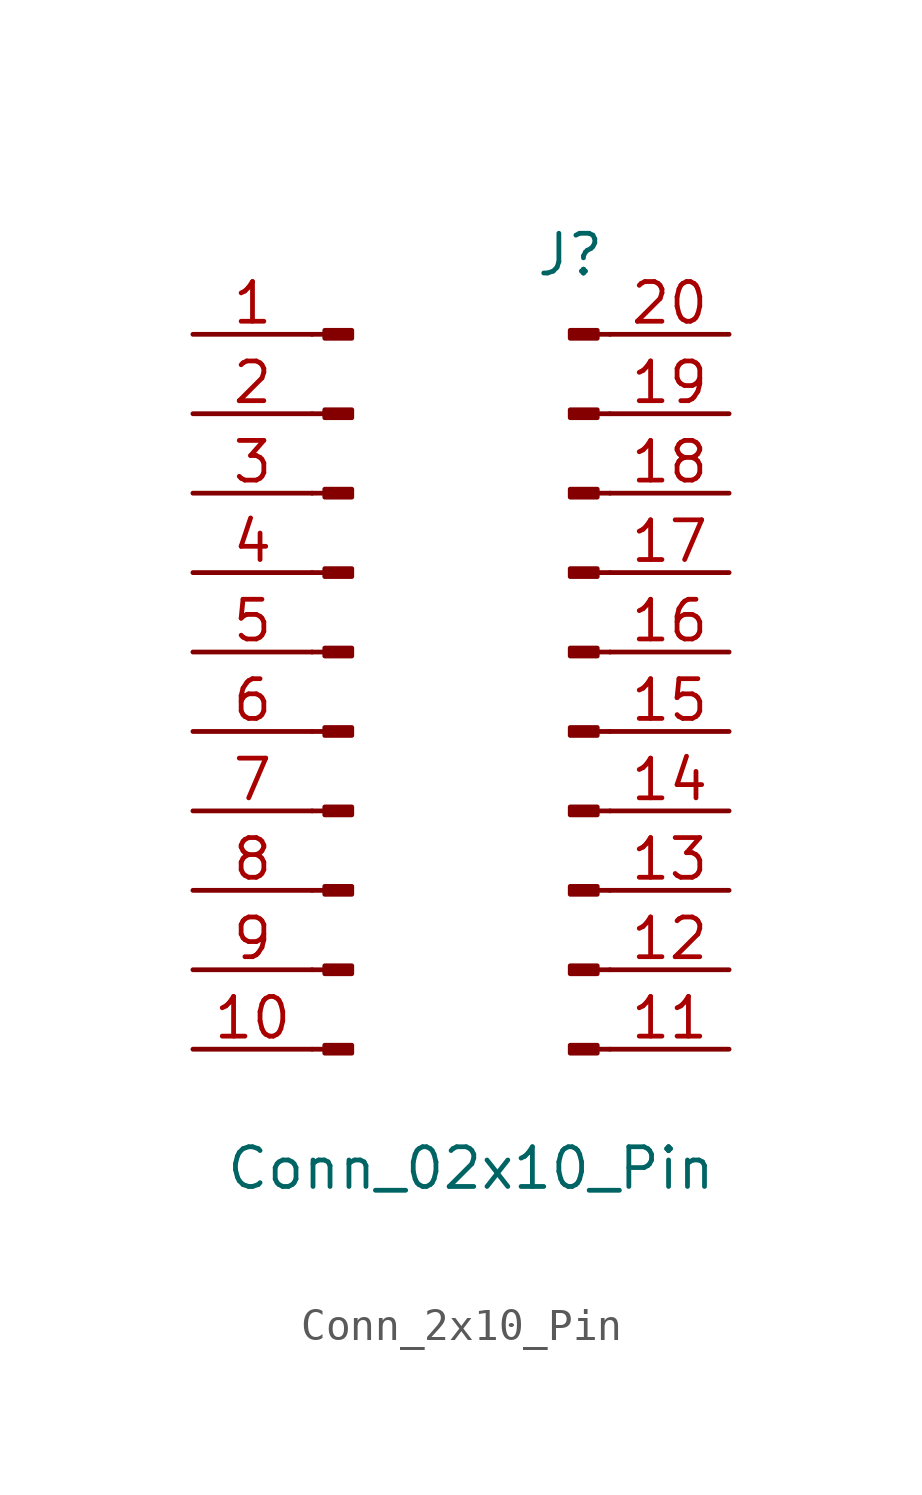
<source format=kicad_sym>
(kicad_symbol_lib
  (version 20220914)
  (generator kicad_symbol_editor)
  (symbol "Conn_2x10_Pin"
    (pin_names
      (offset 1.016) hide)
    (property "Reference" "J"
      (at 3.175 13.97 0)
      (effects (font (size 1.27 1.27))))
    (property "Value" "Conn_02x10_Pin"
      (at 0 -15.24 0)
      (effects (font (size 1.27 1.27))))
    (property "ki_locked" ""
      (at 0 0 0)
      (effects (font (size 1.27 1.27))))
    (symbol "Conn_2x10_Pin_1_1"
      (rectangle (start -3.81 -11.557) (end -4.674 -11.303) (stroke (width 0.152) (type default)) (fill (type outline)))
      (rectangle (start -3.81 -9.017) (end -4.674 -8.763) (stroke (width 0.152) (type default)) (fill (type outline)))
      (rectangle (start -3.81 -6.477) (end -4.674 -6.223) (stroke (width 0.152) (type default)) (fill (type outline)))
      (rectangle (start -3.81 -3.937) (end -4.674 -3.683) (stroke (width 0.152) (type default)) (fill (type outline)))
      (rectangle (start -3.81 -1.397) (end -4.674 -1.143) (stroke (width 0.152) (type default)) (fill (type outline)))
      (rectangle (start -3.81 1.143) (end -4.674 1.397) (stroke (width 0.152) (type default)) (fill (type outline)))
      (rectangle (start -3.81 3.683) (end -4.674 3.937) (stroke (width 0.152) (type default)) (fill (type outline)))
      (rectangle (start -3.81 6.223) (end -4.674 6.477) (stroke (width 0.152) (type default)) (fill (type outline)))
      (rectangle (start -3.81 8.763) (end -4.674 9.017) (stroke (width 0.152) (type default)) (fill (type outline)))
      (rectangle (start -3.81 11.303) (end -4.674 11.557) (stroke (width 0.152) (type default)) (fill (type outline)))
      (polyline (pts (xy -5.08 -11.43) (xy -4.674 -11.43)) (stroke (width 0.152) (type default)) (fill (type none)))
      (polyline (pts (xy -5.08 -8.89) (xy -4.674 -8.89)) (stroke (width 0.152) (type default)) (fill (type none)))
      (polyline (pts (xy -5.08 -6.35) (xy -4.674 -6.35)) (stroke (width 0.152) (type default)) (fill (type none)))
      (polyline (pts (xy -5.08 -3.81) (xy -4.674 -3.81)) (stroke (width 0.152) (type default)) (fill (type none)))
      (polyline (pts (xy -5.08 -1.27) (xy -4.674 -1.27)) (stroke (width 0.152) (type default)) (fill (type none)))
      (polyline (pts (xy -5.08 1.27) (xy -4.674 1.27)) (stroke (width 0.152) (type default)) (fill (type none)))
      (polyline (pts (xy -5.08 3.81) (xy -4.674 3.81)) (stroke (width 0.152) (type default)) (fill (type none)))
      (polyline (pts (xy -5.08 6.35) (xy -4.674 6.35)) (stroke (width 0.152) (type default)) (fill (type none)))
      (polyline (pts (xy -5.08 8.89) (xy -4.674 8.89)) (stroke (width 0.152) (type default)) (fill (type none)))
      (polyline (pts (xy -5.08 11.43) (xy -4.674 11.43)) (stroke (width 0.152) (type default)) (fill (type none)))
      (polyline (pts (xy 4.445 -11.43) (xy 4.039 -11.43)) (stroke (width 0.152) (type default)) (fill (type none)))
      (polyline (pts (xy 4.445 -8.89) (xy 4.039 -8.89)) (stroke (width 0.152) (type default)) (fill (type none)))
      (polyline (pts (xy 4.445 -6.35) (xy 4.039 -6.35)) (stroke (width 0.152) (type default)) (fill (type none)))
      (polyline (pts (xy 4.445 -3.81) (xy 4.039 -3.81)) (stroke (width 0.152) (type default)) (fill (type none)))
      (polyline (pts (xy 4.445 -1.27) (xy 4.039 -1.27)) (stroke (width 0.152) (type default)) (fill (type none)))
      (polyline (pts (xy 4.445 1.27) (xy 4.039 1.27)) (stroke (width 0.152) (type default)) (fill (type none)))
      (polyline (pts (xy 4.445 3.81) (xy 4.039 3.81)) (stroke (width 0.152) (type default)) (fill (type none)))
      (polyline (pts (xy 4.445 6.35) (xy 4.039 6.35)) (stroke (width 0.152) (type default)) (fill (type none)))
      (polyline (pts (xy 4.445 8.89) (xy 4.039 8.89)) (stroke (width 0.152) (type default)) (fill (type none)))
      (polyline (pts (xy 4.445 11.43) (xy 4.039 11.43)) (stroke (width 0.152) (type default)) (fill (type none)))
      (rectangle (start 4.039 -11.303) (end 3.175 -11.557) (stroke (width 0.152) (type default)) (fill (type outline)))
      (rectangle (start 4.039 -8.763) (end 3.175 -9.017) (stroke (width 0.152) (type default)) (fill (type outline)))
      (rectangle (start 4.039 -6.223) (end 3.175 -6.477) (stroke (width 0.152) (type default)) (fill (type outline)))
      (rectangle (start 4.039 -3.683) (end 3.175 -3.937) (stroke (width 0.152) (type default)) (fill (type outline)))
      (rectangle (start 4.039 -1.143) (end 3.175 -1.397) (stroke (width 0.152) (type default)) (fill (type outline)))
      (rectangle (start 4.039 1.397) (end 3.175 1.143) (stroke (width 0.152) (type default)) (fill (type outline)))
      (rectangle (start 4.039 3.937) (end 3.175 3.683) (stroke (width 0.152) (type default)) (fill (type outline)))
      (rectangle (start 4.039 6.477) (end 3.175 6.223) (stroke (width 0.152) (type default)) (fill (type outline)))
      (rectangle (start 4.039 9.017) (end 3.175 8.763) (stroke (width 0.152) (type default)) (fill (type outline)))
      (rectangle (start 4.039 11.557) (end 3.175 11.303) (stroke (width 0.152) (type default)) (fill (type outline)))
      (pin passive line (at -8.89 11.43 0) (length 3.81) (name "Pin_1" (effects (font (size 1.27 1.27)))) (number "1" (effects (font (size 1.27 1.27)))))
      (pin passive line (at -8.89 -11.43 0) (length 3.81) (name "Pin_10" (effects (font (size 1.27 1.27)))) (number "10" (effects (font (size 1.27 1.27)))))
      (pin passive line (at 8.255 -11.43 180) (length 3.81) (name "Pin_11" (effects (font (size 1.27 1.27)))) (number "11" (effects (font (size 1.27 1.27)))))
      (pin passive line (at 8.255 -8.89 180) (length 3.81) (name "Pin_12" (effects (font (size 1.27 1.27)))) (number "12" (effects (font (size 1.27 1.27)))))
      (pin passive line (at 8.255 -6.35 180) (length 3.81) (name "Pin_13" (effects (font (size 1.27 1.27)))) (number "13" (effects (font (size 1.27 1.27)))))
      (pin passive line (at 8.255 -3.81 180) (length 3.81) (name "Pin_14" (effects (font (size 1.27 1.27)))) (number "14" (effects (font (size 1.27 1.27)))))
      (pin passive line (at 8.255 -1.27 180) (length 3.81) (name "Pin_15" (effects (font (size 1.27 1.27)))) (number "15" (effects (font (size 1.27 1.27)))))
      (pin passive line (at 8.255 1.27 180) (length 3.81) (name "Pin_16" (effects (font (size 1.27 1.27)))) (number "16" (effects (font (size 1.27 1.27)))))
      (pin passive line (at 8.255 3.81 180) (length 3.81) (name "Pin_17" (effects (font (size 1.27 1.27)))) (number "17" (effects (font (size 1.27 1.27)))))
      (pin passive line (at 8.255 6.35 180) (length 3.81) (name "Pin_18" (effects (font (size 1.27 1.27)))) (number "18" (effects (font (size 1.27 1.27)))))
      (pin passive line (at 8.255 8.89 180) (length 3.81) (name "Pin_19" (effects (font (size 1.27 1.27)))) (number "19" (effects (font (size 1.27 1.27)))))
      (pin passive line (at -8.89 8.89 0) (length 3.81) (name "Pin_2" (effects (font (size 1.27 1.27)))) (number "2" (effects (font (size 1.27 1.27)))))
      (pin passive line (at 8.255 11.43 180) (length 3.81) (name "Pin_20" (effects (font (size 1.27 1.27)))) (number "20" (effects (font (size 1.27 1.27)))))
      (pin passive line (at -8.89 6.35 0) (length 3.81) (name "Pin_3" (effects (font (size 1.27 1.27)))) (number "3" (effects (font (size 1.27 1.27)))))
      (pin passive line (at -8.89 3.81 0) (length 3.81) (name "Pin_4" (effects (font (size 1.27 1.27)))) (number "4" (effects (font (size 1.27 1.27)))))
      (pin passive line (at -8.89 1.27 0) (length 3.81) (name "Pin_5" (effects (font (size 1.27 1.27)))) (number "5" (effects (font (size 1.27 1.27)))))
      (pin passive line (at -8.89 -1.27 0) (length 3.81) (name "Pin_6" (effects (font (size 1.27 1.27)))) (number "6" (effects (font (size 1.27 1.27)))))
      (pin passive line (at -8.89 -3.81 0) (length 3.81) (name "Pin_7" (effects (font (size 1.27 1.27)))) (number "7" (effects (font (size 1.27 1.27)))))
      (pin passive line (at -8.89 -6.35 0) (length 3.81) (name "Pin_8" (effects (font (size 1.27 1.27)))) (number "8" (effects (font (size 1.27 1.27)))))
      (pin passive line (at -8.89 -8.89 0) (length 3.81) (name "Pin_9" (effects (font (size 1.27 1.27)))) (number "9" (effects (font (size 1.27 1.27))))))))
</source>
